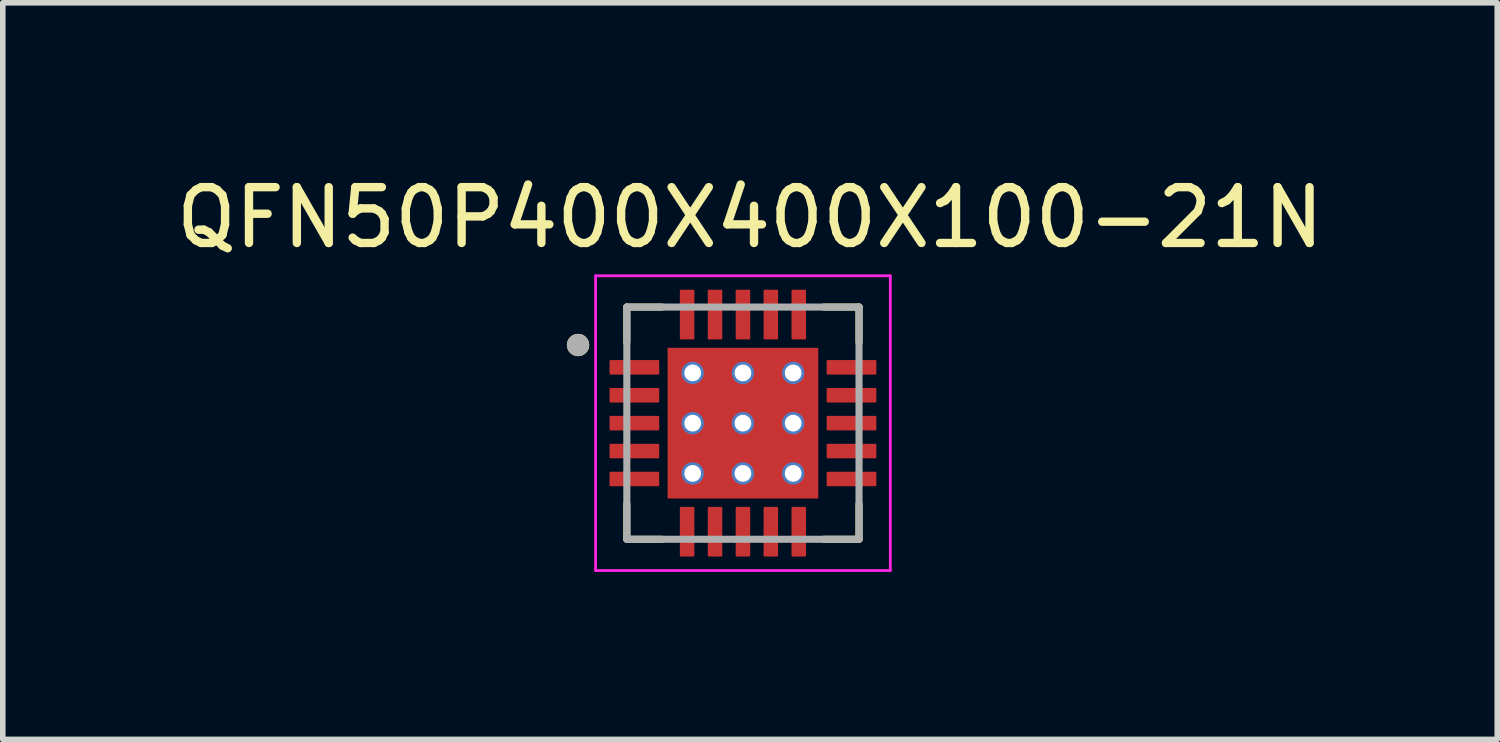
<source format=kicad_pcb>
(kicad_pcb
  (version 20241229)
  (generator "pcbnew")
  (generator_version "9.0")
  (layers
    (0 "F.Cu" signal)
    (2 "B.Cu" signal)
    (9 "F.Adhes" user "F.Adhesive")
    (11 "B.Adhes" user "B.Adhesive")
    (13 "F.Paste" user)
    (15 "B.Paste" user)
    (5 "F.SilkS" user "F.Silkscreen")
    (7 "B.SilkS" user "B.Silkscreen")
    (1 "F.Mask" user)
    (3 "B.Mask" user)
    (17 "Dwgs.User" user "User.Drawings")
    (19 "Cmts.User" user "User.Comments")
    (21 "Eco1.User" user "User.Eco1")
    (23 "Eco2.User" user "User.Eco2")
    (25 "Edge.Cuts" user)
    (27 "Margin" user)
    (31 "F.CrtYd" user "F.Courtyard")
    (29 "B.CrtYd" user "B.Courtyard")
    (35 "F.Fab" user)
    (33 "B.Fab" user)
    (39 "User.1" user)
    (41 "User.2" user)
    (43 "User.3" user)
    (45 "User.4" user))
  (footprint "QFN50P400X400X100-21N"
    (layer "F.Cu")
    (at 10.26 4.531)
    (property "Reference" "QFN50P400X400X100-21N" (at 0.127 -3.683 0) (layer "F.SilkS") (effects (font (size 1 1) (thickness 0.15))))
    (attr through_hole)
    (fp_line (start -2.08 -2.08) (end -2.08 -1.45) (stroke (width 0.127) (type solid)) (layer "F.SilkS"))
    (fp_line (start -2.08 1.45) (end -2.08 2.08) (stroke (width 0.127) (type solid)) (layer "F.SilkS"))
    (fp_line (start -1.45 -2.08) (end -2.08 -2.08) (stroke (width 0.127) (type solid)) (layer "F.SilkS"))
    (fp_line (start -1.45 2.08) (end -2.08 2.08) (stroke (width 0.127) (type solid)) (layer "F.SilkS"))
    (fp_line (start 1.45 -2.08) (end 2.08 -2.08) (stroke (width 0.127) (type solid)) (layer "F.SilkS"))
    (fp_line (start 1.45 2.08) (end 2.08 2.08) (stroke (width 0.127) (type solid)) (layer "F.SilkS"))
    (fp_line (start 2.08 -1.45) (end 2.08 -2.08) (stroke (width 0.127) (type solid)) (layer "F.SilkS"))
    (fp_line (start 2.08 1.45) (end 2.08 2.08) (stroke (width 0.127) (type solid)) (layer "F.SilkS"))
    (fp_circle (center -2.954 -1.4) (end -2.854 -1.4) (stroke (width 0.2) (type solid)) (fill no) (layer "F.SilkS"))
    (fp_poly (pts (xy -1.09 -1.09) (xy -0.13 -1.09) (xy -0.13 -0.13) (xy -1.09 -0.13)) (stroke (width 0.01) (type solid)) (fill yes) (layer "F.Paste"))
    (fp_poly (pts (xy -1.09 0.13) (xy -0.13 0.13) (xy -0.13 1.09) (xy -1.09 1.09)) (stroke (width 0.01) (type solid)) (fill yes) (layer "F.Paste"))
    (fp_poly (pts (xy 0.13 -1.09) (xy 1.09 -1.09) (xy 1.09 -0.13) (xy 0.13 -0.13)) (stroke (width 0.01) (type solid)) (fill yes) (layer "F.Paste"))
    (fp_poly (pts (xy 0.13 0.13) (xy 1.09 0.13) (xy 1.09 1.09) (xy 0.13 1.09)) (stroke (width 0.01) (type solid)) (fill yes) (layer "F.Paste"))
    (fp_line (start -2.64 -2.64) (end 2.64 -2.64) (stroke (width 0.05) (type solid)) (layer "F.CrtYd"))
    (fp_line (start -2.64 2.64) (end -2.64 -2.64) (stroke (width 0.05) (type solid)) (layer "F.CrtYd"))
    (fp_line (start 2.64 -2.64) (end 2.64 2.64) (stroke (width 0.05) (type solid)) (layer "F.CrtYd"))
    (fp_line (start 2.64 2.64) (end -2.64 2.64) (stroke (width 0.05) (type solid)) (layer "F.CrtYd"))
    (fp_line (start -2.08 -2.08) (end 2.08 -2.08) (stroke (width 0.127) (type solid)) (layer "F.Fab"))
    (fp_line (start -2.08 2.08) (end -2.08 -2.08) (stroke (width 0.127) (type solid)) (layer "F.Fab"))
    (fp_line (start 2.08 -2.08) (end 2.08 2.08) (stroke (width 0.127) (type solid)) (layer "F.Fab"))
    (fp_line (start 2.08 2.08) (end -2.08 2.08) (stroke (width 0.127) (type solid)) (layer "F.Fab"))
    (fp_circle (center -2.954 -1.4) (end -2.854 -1.4) (stroke (width 0.2) (type solid)) (fill no) (layer "F.Fab"))
    (pad "1" smd roundrect (at -1.945 -1) (size 0.89 0.26) (layers "F.Cu" "F.Mask" "F.Paste") (roundrect_rratio 0.07))
    (pad "2" smd roundrect (at -1.945 -0.5) (size 0.89 0.26) (layers "F.Cu" "F.Mask" "F.Paste") (roundrect_rratio 0.07))
    (pad "3" smd roundrect (at -1.945 0) (size 0.89 0.26) (layers "F.Cu" "F.Mask" "F.Paste") (roundrect_rratio 0.07))
    (pad "4" smd roundrect (at -1.945 0.5) (size 0.89 0.26) (layers "F.Cu" "F.Mask" "F.Paste") (roundrect_rratio 0.07))
    (pad "5" smd roundrect (at -1.945 1) (size 0.89 0.26) (layers "F.Cu" "F.Mask" "F.Paste") (roundrect_rratio 0.07))
    (pad "6" smd roundrect (at -1 1.945 90) (size 0.89 0.26) (layers "F.Cu" "F.Mask" "F.Paste") (roundrect_rratio 0.07))
    (pad "7" smd roundrect (at -0.5 1.945 90) (size 0.89 0.26) (layers "F.Cu" "F.Mask" "F.Paste") (roundrect_rratio 0.07))
    (pad "8" smd roundrect (at 0 1.945 90) (size 0.89 0.26) (layers "F.Cu" "F.Mask" "F.Paste") (roundrect_rratio 0.07))
    (pad "9" smd roundrect (at 0.5 1.945 90) (size 0.89 0.26) (layers "F.Cu" "F.Mask" "F.Paste") (roundrect_rratio 0.07))
    (pad "10" smd roundrect (at 1 1.945 90) (size 0.89 0.26) (layers "F.Cu" "F.Mask" "F.Paste") (roundrect_rratio 0.07))
    (pad "11" smd roundrect (at 1.945 1 180) (size 0.89 0.26) (layers "F.Cu" "F.Mask" "F.Paste") (roundrect_rratio 0.07))
    (pad "12" smd roundrect (at 1.945 0.5 180) (size 0.89 0.26) (layers "F.Cu" "F.Mask" "F.Paste") (roundrect_rratio 0.07))
    (pad "13" smd roundrect (at 1.945 0 180) (size 0.89 0.26) (layers "F.Cu" "F.Mask" "F.Paste") (roundrect_rratio 0.07))
    (pad "14" smd roundrect (at 1.945 -0.5 180) (size 0.89 0.26) (layers "F.Cu" "F.Mask" "F.Paste") (roundrect_rratio 0.07))
    (pad "15" smd roundrect (at 1.945 -1 180) (size 0.89 0.26) (layers "F.Cu" "F.Mask" "F.Paste") (roundrect_rratio 0.07))
    (pad "16" smd roundrect (at 1 -1.945 270) (size 0.89 0.26) (layers "F.Cu" "F.Mask" "F.Paste") (roundrect_rratio 0.07))
    (pad "17" smd roundrect (at 0.5 -1.945 270) (size 0.89 0.26) (layers "F.Cu" "F.Mask" "F.Paste") (roundrect_rratio 0.07))
    (pad "18" smd roundrect (at 0 -1.945 270) (size 0.89 0.26) (layers "F.Cu" "F.Mask" "F.Paste") (roundrect_rratio 0.07))
    (pad "19" smd roundrect (at -0.5 -1.945 270) (size 0.89 0.26) (layers "F.Cu" "F.Mask" "F.Paste") (roundrect_rratio 0.07))
    (pad "20" smd roundrect (at -1 -1.945 270) (size 0.89 0.26) (layers "F.Cu" "F.Mask" "F.Paste") (roundrect_rratio 0.07))
    (pad "21" smd rect (at 0 0) (size 2.7 2.7) (layers "F.Cu" "F.Mask"))
    (pad "21_1" thru_hole circle (at -0.9 -0.9) (size 0.4 0.4) (drill 0.3) (layers "*.Cu" "*.Mask"))
    (pad "21_2" thru_hole circle (at 0 -0.9) (size 0.4 0.4) (drill 0.3) (layers "*.Cu" "*.Mask"))
    (pad "21_3" thru_hole circle (at 0.9 -0.9) (size 0.4 0.4) (drill 0.3) (layers "*.Cu" "*.Mask"))
    (pad "21_4" thru_hole circle (at -0.9 0) (size 0.4 0.4) (drill 0.3) (layers "*.Cu" "*.Mask"))
    (pad "21_5" thru_hole circle (at 0 0) (size 0.4 0.4) (drill 0.3) (layers "*.Cu" "*.Mask"))
    (pad "21_6" thru_hole circle (at 0.9 0) (size 0.4 0.4) (drill 0.3) (layers "*.Cu" "*.Mask"))
    (pad "21_7" thru_hole circle (at -0.9 0.9) (size 0.4 0.4) (drill 0.3) (layers "*.Cu" "*.Mask"))
    (pad "21_8" thru_hole circle (at 0 0.9) (size 0.4 0.4) (drill 0.3) (layers "*.Cu" "*.Mask"))
    (pad "21_9" thru_hole circle (at 0.9 0.9) (size 0.4 0.4) (drill 0.3) (layers "*.Cu" "*.Mask")))
  (gr_rect
    (start -3 -3)
    (end 23.774 10.196)
    (stroke (width 0.1) (type default))
    (fill no)
    (layer "Edge.Cuts")))
</source>
